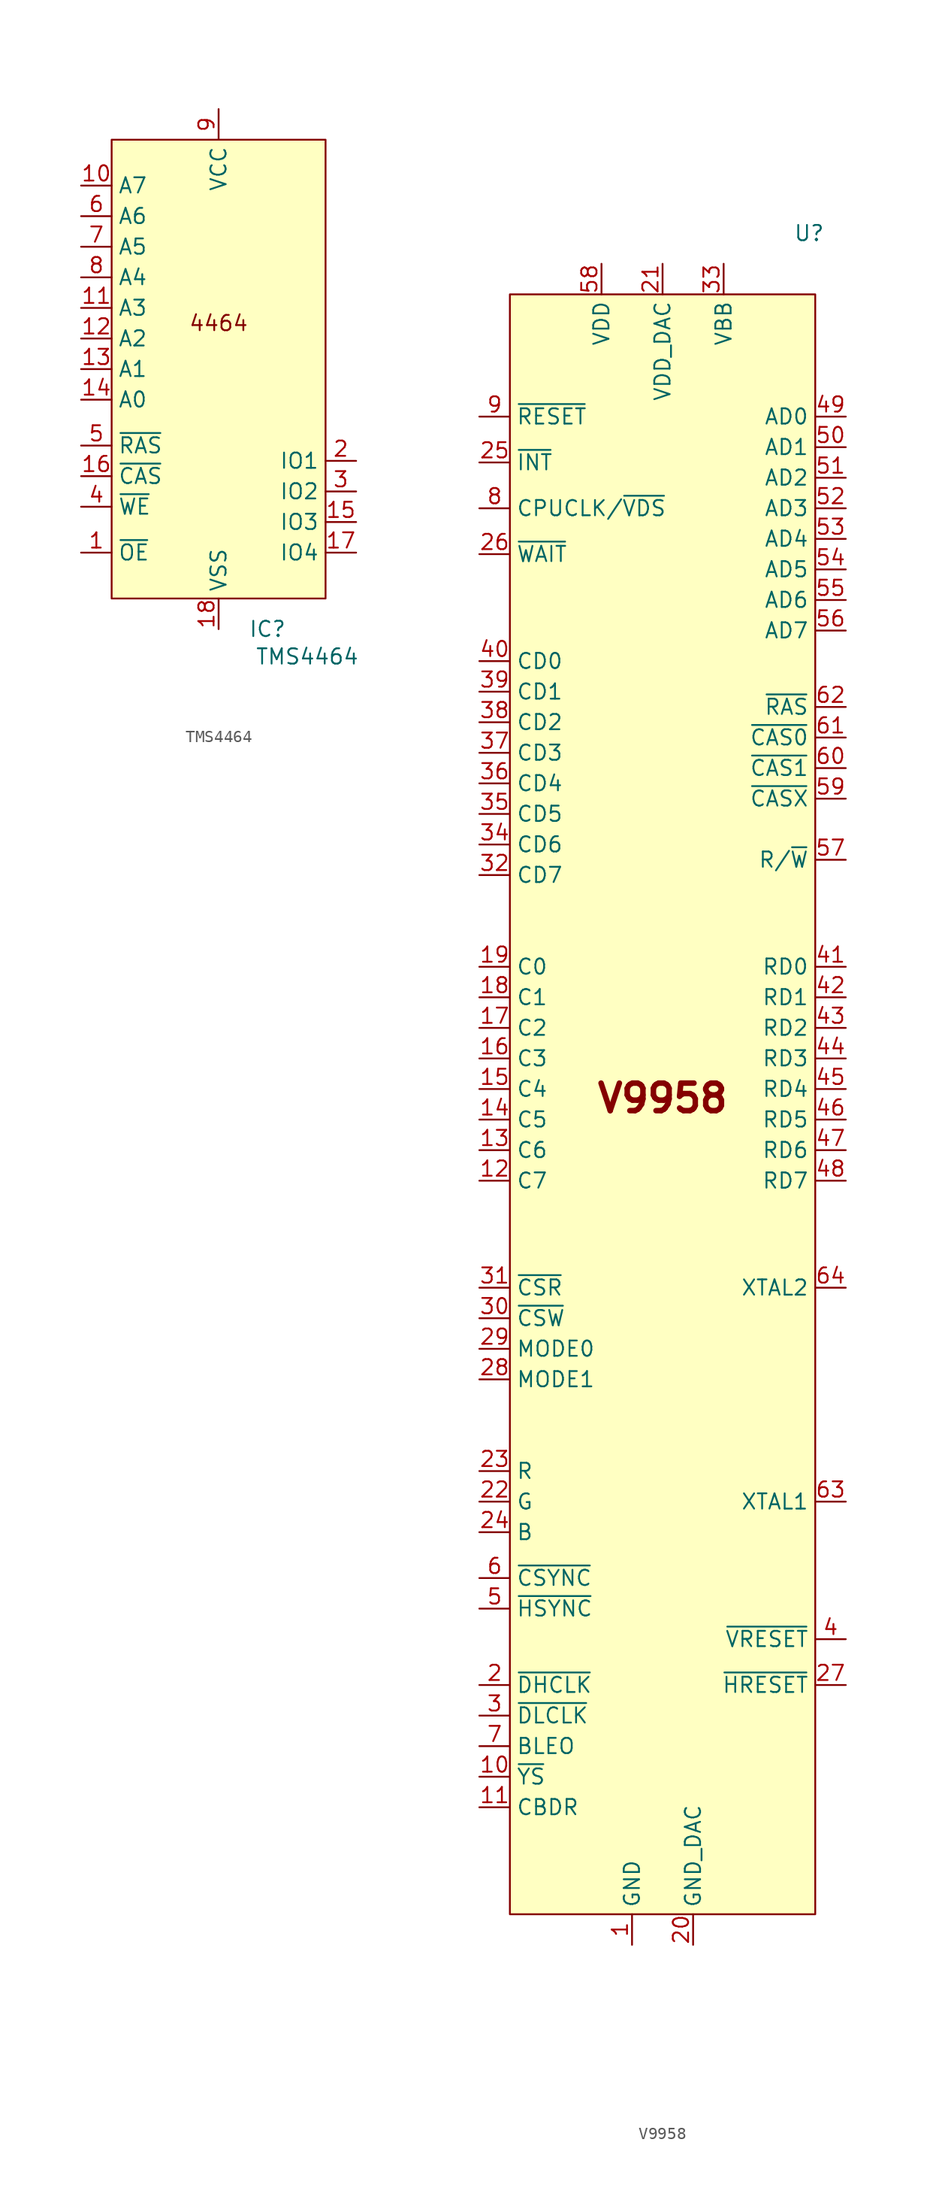
<source format=kicad_sym>
(kicad_symbol_lib
  (version 20241209)
  (generator "kicad_symbol_editor")
  (generator_version "9.0")
  (symbol "TMS4464"
    (property "Reference" "IC"
      (at 4.064 -22.86 0)
      (effects (font (size 1.27 1.27))))
    (property "Value" "TMS4464"
      (at 7.366 -25.146 0)
      (effects (font (size 1.27 1.27))))
    (symbol "TMS4464_0_0"
      (pin input line (at -11.43 13.97 0) (length 2.54) (name "A7" (effects (font (size 1.27 1.27)))) (number "10" (effects (font (size 1.27 1.27)))))
      (pin input line (at -11.43 11.43 0) (length 2.54) (name "A6" (effects (font (size 1.27 1.27)))) (number "6" (effects (font (size 1.27 1.27)))))
      (pin input line (at -11.43 8.89 0) (length 2.54) (name "A5" (effects (font (size 1.27 1.27)))) (number "7" (effects (font (size 1.27 1.27)))))
      (pin input line (at -11.43 6.35 0) (length 2.54) (name "A4" (effects (font (size 1.27 1.27)))) (number "8" (effects (font (size 1.27 1.27)))))
      (pin input line (at -11.43 3.81 0) (length 2.54) (name "A3" (effects (font (size 1.27 1.27)))) (number "11" (effects (font (size 1.27 1.27)))))
      (pin input line (at -11.43 1.27 0) (length 2.54) (name "A2" (effects (font (size 1.27 1.27)))) (number "12" (effects (font (size 1.27 1.27)))))
      (pin input line (at -11.43 -1.27 0) (length 2.54) (name "A1" (effects (font (size 1.27 1.27)))) (number "13" (effects (font (size 1.27 1.27)))))
      (pin input line (at -11.43 -7.62 0) (length 2.54) (name "~{RAS}" (effects (font (size 1.27 1.27)))) (number "5" (effects (font (size 1.27 1.27)))))
      (pin input line (at -11.43 -10.16 0) (length 2.54) (name "~{CAS}" (effects (font (size 1.27 1.27)))) (number "16" (effects (font (size 1.27 1.27)))))
      (pin power_in line (at 0 20.32 270) (length 2.54) (name "VCC" (effects (font (size 1.27 1.27)))) (number "9" (effects (font (size 1.27 1.27)))))
      (pin power_in line (at 0 -22.86 90) (length 2.54) (name "VSS" (effects (font (size 1.27 1.27)))) (number "18" (effects (font (size 1.27 1.27))))))
    (symbol "TMS4464_1_0"
      (pin input line (at -11.43 -3.81 0) (length 2.54) (name "A0" (effects (font (size 1.27 1.27)))) (number "14" (effects (font (size 1.27 1.27)))))
      (pin input line (at -11.43 -12.7 0) (length 2.54) (name "~{WE}" (effects (font (size 1.27 1.27)))) (number "4" (effects (font (size 1.27 1.27)))))
      (pin input line (at -11.43 -16.51 0) (length 2.54) (name "~{OE}" (effects (font (size 1.27 1.27)))) (number "1" (effects (font (size 1.27 1.27)))))
      (pin bidirectional line (at 11.43 -8.89 180) (length 2.54) (name "IO1" (effects (font (size 1.27 1.27)))) (number "2" (effects (font (size 1.27 1.27)))))
      (pin bidirectional line (at 11.43 -11.43 180) (length 2.54) (name "IO2" (effects (font (size 1.27 1.27)))) (number "3" (effects (font (size 1.27 1.27)))))
      (pin bidirectional line (at 11.43 -13.97 180) (length 2.54) (name "IO3" (effects (font (size 1.27 1.27)))) (number "15" (effects (font (size 1.27 1.27)))))
      (pin bidirectional line (at 11.43 -16.51 180) (length 2.54) (name "IO4" (effects (font (size 1.27 1.27)))) (number "17" (effects (font (size 1.27 1.27))))))
    (symbol "TMS4464_1_1"
      (rectangle (start -8.89 17.78) (end 8.89 -20.32) (stroke (width 0) (type default)) (fill (type background)))
      (text "4464" (at 0 2.54 0) (effects (font (size 1.27 1.27))))))
  (symbol "V9958"
    (property "Reference" "U"
      (at 12.192 72.39 0)
      (effects (font (size 1.27 1.27))))
    (property "Value" ""
      (at -15.24 3.81 0)
      (effects (font (size 1.27 1.27))))
    (symbol "V9958_0_0"
      (pin input line (at -15.24 57.15 0) (length 2.54) (name "~{RESET}" (effects (font (size 1.27 1.27)))) (number "9" (effects (font (size 1.27 1.27)))))
      (pin output line (at -15.24 53.34 0) (length 2.54) (name "~{INT}" (effects (font (size 1.27 1.27)))) (number "25" (effects (font (size 1.27 1.27)))))
      (pin output line (at -15.24 49.53 0) (length 2.54) (name "CPUCLK/~{VDS}" (effects (font (size 1.27 1.27)))) (number "8" (effects (font (size 1.27 1.27)))))
      (pin output line (at -15.24 45.72 0) (length 2.54) (name "~{WAIT}" (effects (font (size 1.27 1.27)))) (number "26" (effects (font (size 1.27 1.27)))))
      (pin bidirectional line (at -15.24 36.83 0) (length 2.54) (name "CD0" (effects (font (size 1.27 1.27)))) (number "40" (effects (font (size 1.27 1.27)))))
      (pin bidirectional line (at -15.24 34.29 0) (length 2.54) (name "CD1" (effects (font (size 1.27 1.27)))) (number "39" (effects (font (size 1.27 1.27)))))
      (pin bidirectional line (at -15.24 31.75 0) (length 2.54) (name "CD2" (effects (font (size 1.27 1.27)))) (number "38" (effects (font (size 1.27 1.27)))))
      (pin bidirectional line (at -15.24 29.21 0) (length 2.54) (name "CD3" (effects (font (size 1.27 1.27)))) (number "37" (effects (font (size 1.27 1.27)))))
      (pin bidirectional line (at -15.24 26.67 0) (length 2.54) (name "CD4" (effects (font (size 1.27 1.27)))) (number "36" (effects (font (size 1.27 1.27)))))
      (pin bidirectional line (at -15.24 24.13 0) (length 2.54) (name "CD5" (effects (font (size 1.27 1.27)))) (number "35" (effects (font (size 1.27 1.27)))))
      (pin bidirectional line (at -15.24 21.59 0) (length 2.54) (name "CD6" (effects (font (size 1.27 1.27)))) (number "34" (effects (font (size 1.27 1.27)))))
      (pin bidirectional line (at -15.24 19.05 0) (length 2.54) (name "CD7" (effects (font (size 1.27 1.27)))) (number "32" (effects (font (size 1.27 1.27)))))
      (pin bidirectional line (at -15.24 11.43 0) (length 2.54) (name "C0" (effects (font (size 1.27 1.27)))) (number "19" (effects (font (size 1.27 1.27)))))
      (pin bidirectional line (at -15.24 8.89 0) (length 2.54) (name "C1" (effects (font (size 1.27 1.27)))) (number "18" (effects (font (size 1.27 1.27)))))
      (pin bidirectional line (at -15.24 6.35 0) (length 2.54) (name "C2" (effects (font (size 1.27 1.27)))) (number "17" (effects (font (size 1.27 1.27)))))
      (pin bidirectional line (at -15.24 3.81 0) (length 2.54) (name "C3" (effects (font (size 1.27 1.27)))) (number "16" (effects (font (size 1.27 1.27)))))
      (pin bidirectional line (at -15.24 1.27 0) (length 2.54) (name "C4" (effects (font (size 1.27 1.27)))) (number "15" (effects (font (size 1.27 1.27)))))
      (pin bidirectional line (at -15.24 -1.27 0) (length 2.54) (name "C5" (effects (font (size 1.27 1.27)))) (number "14" (effects (font (size 1.27 1.27)))))
      (pin bidirectional line (at -15.24 -3.81 0) (length 2.54) (name "C6" (effects (font (size 1.27 1.27)))) (number "13" (effects (font (size 1.27 1.27)))))
      (pin bidirectional line (at -15.24 -6.35 0) (length 2.54) (name "C7" (effects (font (size 1.27 1.27)))) (number "12" (effects (font (size 1.27 1.27)))))
      (pin input line (at -15.24 -15.24 0) (length 2.54) (name "~{CSR}" (effects (font (size 1.27 1.27)))) (number "31" (effects (font (size 1.27 1.27)))))
      (pin input line (at -15.24 -17.78 0) (length 2.54) (name "~{CSW}" (effects (font (size 1.27 1.27)))) (number "30" (effects (font (size 1.27 1.27)))))
      (pin input line (at -15.24 -20.32 0) (length 2.54) (name "MODE0" (effects (font (size 1.27 1.27)))) (number "29" (effects (font (size 1.27 1.27)))))
      (pin input line (at -15.24 -22.86 0) (length 2.54) (name "MODE1" (effects (font (size 1.27 1.27)))) (number "28" (effects (font (size 1.27 1.27)))))
      (pin output line (at -15.24 -30.48 0) (length 2.54) (name "R" (effects (font (size 1.27 1.27)))) (number "23" (effects (font (size 1.27 1.27)))))
      (pin output line (at -15.24 -33.02 0) (length 2.54) (name "G" (effects (font (size 1.27 1.27)))) (number "22" (effects (font (size 1.27 1.27)))))
      (pin output line (at -15.24 -35.56 0) (length 2.54) (name "B" (effects (font (size 1.27 1.27)))) (number "24" (effects (font (size 1.27 1.27)))))
      (pin output line (at -15.24 -39.37 0) (length 2.54) (name "~{CSYNC}" (effects (font (size 1.27 1.27)))) (number "6" (effects (font (size 1.27 1.27)))))
      (pin output line (at -15.24 -41.91 0) (length 2.54) (name "~{HSYNC}" (effects (font (size 1.27 1.27)))) (number "5" (effects (font (size 1.27 1.27)))))
      (pin output line (at -15.24 -48.26 0) (length 2.54) (name "~{DHCLK}" (effects (font (size 1.27 1.27)))) (number "2" (effects (font (size 1.27 1.27)))))
      (pin bidirectional line (at -15.24 -50.8 0) (length 2.54) (name "~{DLCLK}" (effects (font (size 1.27 1.27)))) (number "3" (effects (font (size 1.27 1.27)))))
      (pin output line (at -15.24 -53.34 0) (length 2.54) (name "BLEO" (effects (font (size 1.27 1.27)))) (number "7" (effects (font (size 1.27 1.27)))))
      (pin output line (at -15.24 -55.88 0) (length 2.54) (name "~{YS}" (effects (font (size 1.27 1.27)))) (number "10" (effects (font (size 1.27 1.27)))))
      (pin power_in line (at -5.08 69.85 270) (length 2.54) (name "VDD" (effects (font (size 1.27 1.27)))) (number "58" (effects (font (size 1.27 1.27)))))
      (pin power_in line (at -2.54 -69.85 90) (length 2.54) (name "GND" (effects (font (size 1.27 1.27)))) (number "1" (effects (font (size 1.27 1.27)))))
      (pin power_in line (at 0 69.85 270) (length 2.54) (name "VDD_DAC" (effects (font (size 1.27 1.27)))) (number "21" (effects (font (size 1.27 1.27)))))
      (pin power_in line (at 2.54 -69.85 90) (length 2.54) (name "GND_DAC" (effects (font (size 1.27 1.27)))) (number "20" (effects (font (size 1.27 1.27)))))
      (pin output line (at 5.08 69.85 270) (length 2.54) (name "VBB" (effects (font (size 1.27 1.27)))) (number "33" (effects (font (size 1.27 1.27)))))
      (pin output line (at 15.24 57.15 180) (length 2.54) (name "AD0" (effects (font (size 1.27 1.27)))) (number "49" (effects (font (size 1.27 1.27)))))
      (pin output line (at 15.24 54.61 180) (length 2.54) (name "AD1" (effects (font (size 1.27 1.27)))) (number "50" (effects (font (size 1.27 1.27)))))
      (pin output line (at 15.24 52.07 180) (length 2.54) (name "AD2" (effects (font (size 1.27 1.27)))) (number "51" (effects (font (size 1.27 1.27)))))
      (pin output line (at 15.24 49.53 180) (length 2.54) (name "AD3" (effects (font (size 1.27 1.27)))) (number "52" (effects (font (size 1.27 1.27)))))
      (pin output line (at 15.24 46.99 180) (length 2.54) (name "AD4" (effects (font (size 1.27 1.27)))) (number "53" (effects (font (size 1.27 1.27)))))
      (pin output line (at 15.24 44.45 180) (length 2.54) (name "AD5" (effects (font (size 1.27 1.27)))) (number "54" (effects (font (size 1.27 1.27)))))
      (pin output line (at 15.24 41.91 180) (length 2.54) (name "AD6" (effects (font (size 1.27 1.27)))) (number "55" (effects (font (size 1.27 1.27)))))
      (pin output line (at 15.24 39.37 180) (length 2.54) (name "AD7" (effects (font (size 1.27 1.27)))) (number "56" (effects (font (size 1.27 1.27)))))
      (pin output line (at 15.24 33.02 180) (length 2.54) (name "~{RAS}" (effects (font (size 1.27 1.27)))) (number "62" (effects (font (size 1.27 1.27)))))
      (pin output line (at 15.24 30.48 180) (length 2.54) (name "~{CAS0}" (effects (font (size 1.27 1.27)))) (number "61" (effects (font (size 1.27 1.27)))))
      (pin output line (at 15.24 27.94 180) (length 2.54) (name "~{CAS1}" (effects (font (size 1.27 1.27)))) (number "60" (effects (font (size 1.27 1.27)))))
      (pin output line (at 15.24 25.4 180) (length 2.54) (name "~{CASX}" (effects (font (size 1.27 1.27)))) (number "59" (effects (font (size 1.27 1.27)))))
      (pin output line (at 15.24 20.32 180) (length 2.54) (name "R/~{W}" (effects (font (size 1.27 1.27)))) (number "57" (effects (font (size 1.27 1.27)))))
      (pin bidirectional line (at 15.24 11.43 180) (length 2.54) (name "RD0" (effects (font (size 1.27 1.27)))) (number "41" (effects (font (size 1.27 1.27)))))
      (pin bidirectional line (at 15.24 8.89 180) (length 2.54) (name "RD1" (effects (font (size 1.27 1.27)))) (number "42" (effects (font (size 1.27 1.27)))))
      (pin bidirectional line (at 15.24 6.35 180) (length 2.54) (name "RD2" (effects (font (size 1.27 1.27)))) (number "43" (effects (font (size 1.27 1.27)))))
      (pin bidirectional line (at 15.24 3.81 180) (length 2.54) (name "RD3" (effects (font (size 1.27 1.27)))) (number "44" (effects (font (size 1.27 1.27)))))
      (pin bidirectional line (at 15.24 1.27 180) (length 2.54) (name "RD4" (effects (font (size 1.27 1.27)))) (number "45" (effects (font (size 1.27 1.27)))))
      (pin bidirectional line (at 15.24 -1.27 180) (length 2.54) (name "RD5" (effects (font (size 1.27 1.27)))) (number "46" (effects (font (size 1.27 1.27)))))
      (pin bidirectional line (at 15.24 -3.81 180) (length 2.54) (name "RD6" (effects (font (size 1.27 1.27)))) (number "47" (effects (font (size 1.27 1.27)))))
      (pin bidirectional line (at 15.24 -6.35 180) (length 2.54) (name "RD7" (effects (font (size 1.27 1.27)))) (number "48" (effects (font (size 1.27 1.27)))))
      (pin input line (at 15.24 -15.24 180) (length 2.54) (name "XTAL2" (effects (font (size 1.27 1.27)))) (number "64" (effects (font (size 1.27 1.27)))))
      (pin input line (at 15.24 -33.02 180) (length 2.54) (name "XTAL1" (effects (font (size 1.27 1.27)))) (number "63" (effects (font (size 1.27 1.27)))))
      (pin input line (at 15.24 -44.45 180) (length 2.54) (name "~{VRESET}" (effects (font (size 1.27 1.27)))) (number "4" (effects (font (size 1.27 1.27)))))
      (pin input line (at 15.24 -48.26 180) (length 2.54) (name "~{HRESET}" (effects (font (size 1.27 1.27)))) (number "27" (effects (font (size 1.27 1.27))))))
    (symbol "V9958_1_0"
      (pin input line (at -15.24 -58.42 0) (length 2.54) (name "CBDR" (effects (font (size 1.27 1.27)))) (number "11" (effects (font (size 1.27 1.27))))))
    (symbol "V9958_1_1"
      (rectangle (start -12.7 67.31) (end 12.7 -67.31) (stroke (width 0) (type solid)) (fill (type background)))
      (text "V9958" (at 0 0.508 0) (effects (font (size 2.286 2.286) (thickness 0.457) (bold yes)))))))
</source>
